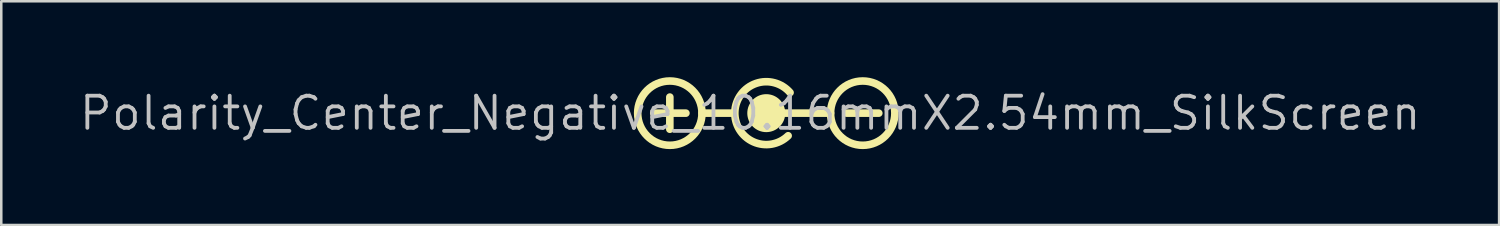
<source format=kicad_pcb>
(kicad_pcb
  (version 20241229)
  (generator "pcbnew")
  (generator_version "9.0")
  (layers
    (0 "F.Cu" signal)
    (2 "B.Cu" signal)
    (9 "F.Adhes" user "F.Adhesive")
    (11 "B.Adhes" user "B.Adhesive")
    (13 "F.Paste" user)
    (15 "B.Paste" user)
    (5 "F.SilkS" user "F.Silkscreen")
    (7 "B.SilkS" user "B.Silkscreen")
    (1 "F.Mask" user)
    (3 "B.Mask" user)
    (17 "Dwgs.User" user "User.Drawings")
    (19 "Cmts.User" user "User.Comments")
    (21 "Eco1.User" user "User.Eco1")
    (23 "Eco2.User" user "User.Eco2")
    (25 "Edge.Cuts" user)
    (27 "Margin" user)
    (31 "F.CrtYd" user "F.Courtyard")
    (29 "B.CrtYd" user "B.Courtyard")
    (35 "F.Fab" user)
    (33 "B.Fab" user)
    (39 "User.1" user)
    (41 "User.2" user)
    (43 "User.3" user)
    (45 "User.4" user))
  (footprint "Polarity_Center_Negative_10.16mmX2.54mm_SilkScreen"
    (layer "F.Cu")
    (at 26.587 1.42)
    (property "Reference" "Polarity_Center_Negative_10.16mmX2.54mm_SilkScreen" (at 0 0 0) (layer "Dwgs.User") (effects (font (size 1.27 1.27) (thickness 0.15))))
    (attr through_hole)
    (fp_line (start -3.81 0) (end -2.54 0) (stroke (width 0.3) (type solid)) (layer "F.SilkS"))
    (fp_line (start -3.175 -0.635) (end -3.175 0.635) (stroke (width 0.3) (type solid)) (layer "F.SilkS"))
    (fp_line (start -1.905 0) (end -0.635 0) (stroke (width 0.3) (type solid)) (layer "F.SilkS"))
    (fp_line (start 0.635 0) (end 0.635 0) (stroke (width 1.5) (type solid)) (layer "F.SilkS"))
    (fp_line (start 3.175 0) (end 1.27 0) (stroke (width 0.3) (type solid)) (layer "F.SilkS"))
    (fp_line (start 3.81 0) (end 5.08 0) (stroke (width 0.3) (type solid)) (layer "F.SilkS"))
    (fp_arc (start 1.498994 0.892963) (mid -0.6063 -0.055165) (end 1.5748 -0.8128) (stroke (width 0.3) (type solid)) (layer "F.SilkS"))
    (fp_circle (center -3.175 0) (end -1.905 0) (stroke (width 0.3) (type solid)) (fill no) (layer "F.SilkS"))
    (fp_circle (center 4.445 0) (end 5.715 0) (stroke (width 0.3) (type solid)) (fill no) (layer "F.SilkS")))
  (gr_rect
    (start -3 -3)
    (end 56.173 5.84)
    (stroke (width 0.1) (type default))
    (fill no)
    (layer "Edge.Cuts")))
</source>
